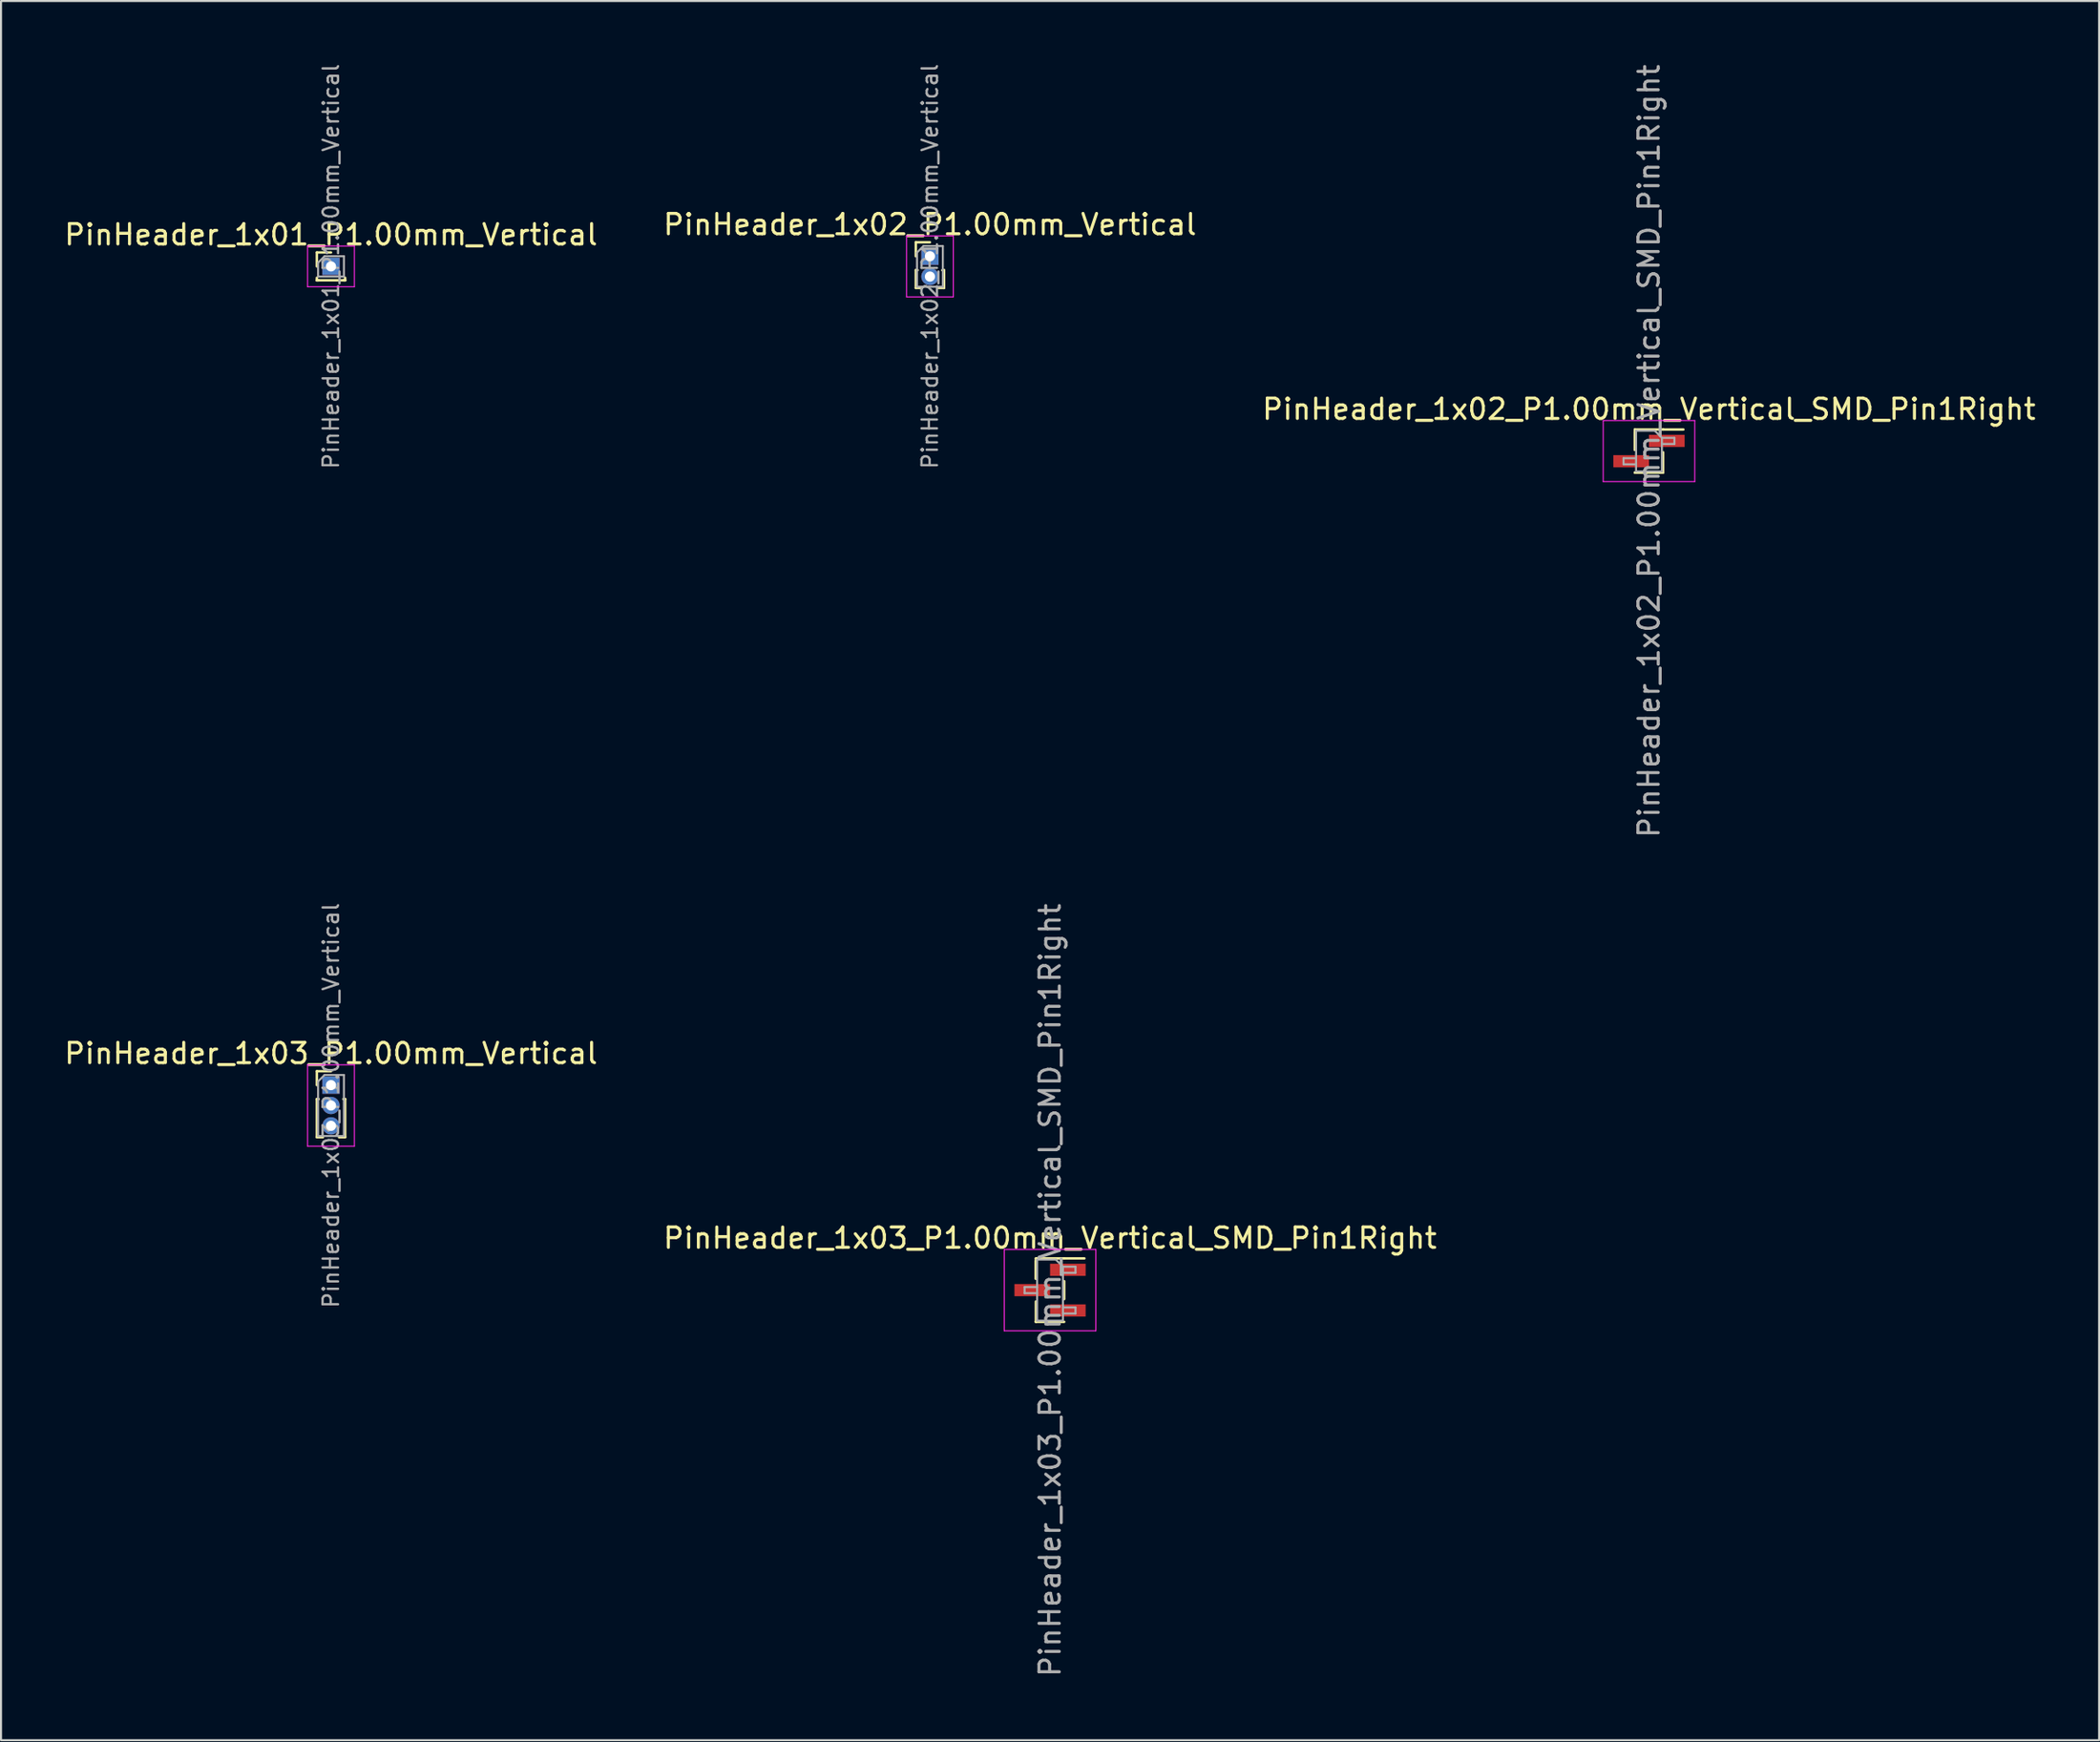
<source format=kicad_pcb>
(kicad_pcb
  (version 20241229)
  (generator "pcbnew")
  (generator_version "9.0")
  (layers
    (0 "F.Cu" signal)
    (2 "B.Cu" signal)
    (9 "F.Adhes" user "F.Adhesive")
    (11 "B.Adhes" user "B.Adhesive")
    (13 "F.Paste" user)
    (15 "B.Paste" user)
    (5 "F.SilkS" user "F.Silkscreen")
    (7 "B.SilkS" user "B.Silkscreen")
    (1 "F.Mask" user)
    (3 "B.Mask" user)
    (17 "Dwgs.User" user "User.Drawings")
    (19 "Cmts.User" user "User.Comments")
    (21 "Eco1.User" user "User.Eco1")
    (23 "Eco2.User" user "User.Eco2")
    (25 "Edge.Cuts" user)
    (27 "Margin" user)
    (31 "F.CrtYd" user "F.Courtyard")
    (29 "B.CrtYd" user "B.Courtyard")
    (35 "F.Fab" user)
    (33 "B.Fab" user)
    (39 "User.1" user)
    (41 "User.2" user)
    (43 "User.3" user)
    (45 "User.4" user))
  (footprint "PinHeader_1x01_P1.00mm_Vertical"
    (layer "F.Cu")
    (at 13.22 10.047)
    (property "Reference" "PinHeader_1x01_P1.00mm_Vertical" (at 0 -1.56 0) (layer "F.SilkS") (effects (font (size 1 1) (thickness 0.15))))
    (attr through_hole)
    (fp_line (start -0.695 -0.685) (end 0 -0.685) (stroke (width 0.12) (type solid)) (layer "F.SilkS"))
    (fp_line (start -0.695 0) (end -0.695 -0.685) (stroke (width 0.12) (type solid)) (layer "F.SilkS"))
    (fp_line (start -0.695 0.685) (end -0.695 0.56) (stroke (width 0.12) (type solid)) (layer "F.SilkS"))
    (fp_line (start -0.695 0.685) (end -0.608 0.685) (stroke (width 0.12) (type solid)) (layer "F.SilkS"))
    (fp_line (start -0.695 0.685) (end 0.695 0.685) (stroke (width 0.12) (type solid)) (layer "F.SilkS"))
    (fp_line (start 0.608 0.685) (end 0.695 0.685) (stroke (width 0.12) (type solid)) (layer "F.SilkS"))
    (fp_line (start 0.695 0.685) (end 0.695 0.56) (stroke (width 0.12) (type solid)) (layer "F.SilkS"))
    (fp_line (start -1.15 -1) (end -1.15 1) (stroke (width 0.05) (type solid)) (layer "F.CrtYd"))
    (fp_line (start -1.15 1) (end 1.15 1) (stroke (width 0.05) (type solid)) (layer "F.CrtYd"))
    (fp_line (start 1.15 -1) (end -1.15 -1) (stroke (width 0.05) (type solid)) (layer "F.CrtYd"))
    (fp_line (start 1.15 1) (end 1.15 -1) (stroke (width 0.05) (type solid)) (layer "F.CrtYd"))
    (fp_line (start -0.635 -0.182) (end -0.318 -0.5) (stroke (width 0.1) (type solid)) (layer "F.Fab"))
    (fp_line (start -0.635 0.5) (end -0.635 -0.182) (stroke (width 0.1) (type solid)) (layer "F.Fab"))
    (fp_line (start -0.318 -0.5) (end 0.635 -0.5) (stroke (width 0.1) (type solid)) (layer "F.Fab"))
    (fp_line (start 0.635 -0.5) (end 0.635 0.5) (stroke (width 0.1) (type solid)) (layer "F.Fab"))
    (fp_line (start 0.635 0.5) (end -0.635 0.5) (stroke (width 0.1) (type solid)) (layer "F.Fab"))
    (fp_text user "${REFERENCE}" (at 0 0 90) (layer "F.Fab") (effects (font (size 0.76 0.76) (thickness 0.114))))
    (pad "1" thru_hole rect (at 0 0) (size 0.85 0.85) (drill 0.5) (layers "*.Cu" "*.Mask")))
  (footprint "PinHeader_1x02_P1.00mm_Vertical_SMD_Pin1Right"
    (layer "F.Cu")
    (at 78.006 19.125)
    (property "Reference" "PinHeader_1x02_P1.00mm_Vertical_SMD_Pin1Right" (at 0 -2.06 0) (layer "F.SilkS") (effects (font (size 1 1) (thickness 0.15))))
    (attr smd)
    (fp_line (start -0.695 -1.06) (end -0.695 -0.06) (stroke (width 0.12) (type solid)) (layer "F.SilkS"))
    (fp_line (start -0.695 -1.06) (end 0.695 -1.06) (stroke (width 0.12) (type solid)) (layer "F.SilkS"))
    (fp_line (start -0.695 -0.94) (end -0.695 -0.06) (stroke (width 0.12) (type solid)) (layer "F.SilkS"))
    (fp_line (start -0.695 1.06) (end -0.695 1.06) (stroke (width 0.12) (type solid)) (layer "F.SilkS"))
    (fp_line (start -0.695 1.06) (end 0.695 1.06) (stroke (width 0.12) (type solid)) (layer "F.SilkS"))
    (fp_line (start 0.695 -1.06) (end 0.695 -1.06) (stroke (width 0.12) (type solid)) (layer "F.SilkS"))
    (fp_line (start 0.695 -1.06) (end 1.69 -1.06) (stroke (width 0.12) (type solid)) (layer "F.SilkS"))
    (fp_line (start 0.695 0.06) (end 0.695 1.06) (stroke (width 0.12) (type solid)) (layer "F.SilkS"))
    (fp_line (start -2.25 -1.5) (end -2.25 1.5) (stroke (width 0.05) (type solid)) (layer "F.CrtYd"))
    (fp_line (start -2.25 1.5) (end 2.25 1.5) (stroke (width 0.05) (type solid)) (layer "F.CrtYd"))
    (fp_line (start 2.25 -1.5) (end -2.25 -1.5) (stroke (width 0.05) (type solid)) (layer "F.CrtYd"))
    (fp_line (start 2.25 1.5) (end 2.25 -1.5) (stroke (width 0.05) (type solid)) (layer "F.CrtYd"))
    (fp_line (start -1.25 0.35) (end -1.25 0.65) (stroke (width 0.1) (type solid)) (layer "F.Fab"))
    (fp_line (start -1.25 0.65) (end -0.635 0.65) (stroke (width 0.1) (type solid)) (layer "F.Fab"))
    (fp_line (start -0.635 -1) (end -0.635 1) (stroke (width 0.1) (type solid)) (layer "F.Fab"))
    (fp_line (start -0.635 -1) (end 0.285 -1) (stroke (width 0.1) (type solid)) (layer "F.Fab"))
    (fp_line (start -0.635 0.35) (end -1.25 0.35) (stroke (width 0.1) (type solid)) (layer "F.Fab"))
    (fp_line (start 0.635 -0.65) (end 0.285 -1) (stroke (width 0.1) (type solid)) (layer "F.Fab"))
    (fp_line (start 0.635 -0.65) (end 1.25 -0.65) (stroke (width 0.1) (type solid)) (layer "F.Fab"))
    (fp_line (start 0.635 1) (end -0.635 1) (stroke (width 0.1) (type solid)) (layer "F.Fab"))
    (fp_line (start 0.635 1) (end 0.635 -0.65) (stroke (width 0.1) (type solid)) (layer "F.Fab"))
    (fp_line (start 1.25 -0.65) (end 1.25 -0.35) (stroke (width 0.1) (type solid)) (layer "F.Fab"))
    (fp_line (start 1.25 -0.35) (end 0.635 -0.35) (stroke (width 0.1) (type solid)) (layer "F.Fab"))
    (fp_text user "${REFERENCE}" (at 0 0 90) (layer "F.Fab") (effects (font (size 1 1) (thickness 0.15))))
    (pad "1" smd rect (at 0.875 -0.5) (size 1.75 0.6) (layers "F.Cu" "F.Mask" "F.Paste"))
    (pad "2" smd rect (at -0.875 0.5) (size 1.75 0.6) (layers "F.Cu" "F.Mask" "F.Paste")))
  (footprint "PinHeader_1x03_P1.00mm_Vertical_SMD_Pin1Right"
    (layer "F.Cu")
    (at 48.565 60.375)
    (property "Reference" "PinHeader_1x03_P1.00mm_Vertical_SMD_Pin1Right" (at 0 -2.56 0) (layer "F.SilkS") (effects (font (size 1 1) (thickness 0.15))))
    (attr smd)
    (fp_line (start -0.695 -1.56) (end -0.695 -0.56) (stroke (width 0.12) (type solid)) (layer "F.SilkS"))
    (fp_line (start -0.695 -1.56) (end 0.695 -1.56) (stroke (width 0.12) (type solid)) (layer "F.SilkS"))
    (fp_line (start -0.695 -1.44) (end -0.695 -0.56) (stroke (width 0.12) (type solid)) (layer "F.SilkS"))
    (fp_line (start -0.695 0.56) (end -0.695 1.56) (stroke (width 0.12) (type solid)) (layer "F.SilkS"))
    (fp_line (start -0.695 1.56) (end -0.695 1.56) (stroke (width 0.12) (type solid)) (layer "F.SilkS"))
    (fp_line (start -0.695 1.56) (end 0.695 1.56) (stroke (width 0.12) (type solid)) (layer "F.SilkS"))
    (fp_line (start 0.695 -1.56) (end 0.695 -1.56) (stroke (width 0.12) (type solid)) (layer "F.SilkS"))
    (fp_line (start 0.695 -1.56) (end 1.69 -1.56) (stroke (width 0.12) (type solid)) (layer "F.SilkS"))
    (fp_line (start 0.695 -0.44) (end 0.695 0.44) (stroke (width 0.12) (type solid)) (layer "F.SilkS"))
    (fp_line (start -2.25 -2) (end -2.25 2) (stroke (width 0.05) (type solid)) (layer "F.CrtYd"))
    (fp_line (start -2.25 2) (end 2.25 2) (stroke (width 0.05) (type solid)) (layer "F.CrtYd"))
    (fp_line (start 2.25 -2) (end -2.25 -2) (stroke (width 0.05) (type solid)) (layer "F.CrtYd"))
    (fp_line (start 2.25 2) (end 2.25 -2) (stroke (width 0.05) (type solid)) (layer "F.CrtYd"))
    (fp_line (start -1.25 -0.15) (end -1.25 0.15) (stroke (width 0.1) (type solid)) (layer "F.Fab"))
    (fp_line (start -1.25 0.15) (end -0.635 0.15) (stroke (width 0.1) (type solid)) (layer "F.Fab"))
    (fp_line (start -0.635 -1.5) (end -0.635 1.5) (stroke (width 0.1) (type solid)) (layer "F.Fab"))
    (fp_line (start -0.635 -1.5) (end 0.285 -1.5) (stroke (width 0.1) (type solid)) (layer "F.Fab"))
    (fp_line (start -0.635 -0.15) (end -1.25 -0.15) (stroke (width 0.1) (type solid)) (layer "F.Fab"))
    (fp_line (start 0.635 -1.15) (end 0.285 -1.5) (stroke (width 0.1) (type solid)) (layer "F.Fab"))
    (fp_line (start 0.635 -1.15) (end 1.25 -1.15) (stroke (width 0.1) (type solid)) (layer "F.Fab"))
    (fp_line (start 0.635 0.85) (end 1.25 0.85) (stroke (width 0.1) (type solid)) (layer "F.Fab"))
    (fp_line (start 0.635 1.5) (end -0.635 1.5) (stroke (width 0.1) (type solid)) (layer "F.Fab"))
    (fp_line (start 0.635 1.5) (end 0.635 -1.15) (stroke (width 0.1) (type solid)) (layer "F.Fab"))
    (fp_line (start 1.25 -1.15) (end 1.25 -0.85) (stroke (width 0.1) (type solid)) (layer "F.Fab"))
    (fp_line (start 1.25 -0.85) (end 0.635 -0.85) (stroke (width 0.1) (type solid)) (layer "F.Fab"))
    (fp_line (start 1.25 0.85) (end 1.25 1.15) (stroke (width 0.1) (type solid)) (layer "F.Fab"))
    (fp_line (start 1.25 1.15) (end 0.635 1.15) (stroke (width 0.1) (type solid)) (layer "F.Fab"))
    (fp_text user "${REFERENCE}" (at 0 0 90) (layer "F.Fab") (effects (font (size 1 1) (thickness 0.15))))
    (pad "1" smd rect (at 0.875 -1) (size 1.75 0.6) (layers "F.Cu" "F.Mask" "F.Paste"))
    (pad "2" smd rect (at -0.875 0) (size 1.75 0.6) (layers "F.Cu" "F.Mask" "F.Paste"))
    (pad "3" smd rect (at 0.875 1) (size 1.75 0.6) (layers "F.Cu" "F.Mask" "F.Paste")))
  (footprint "PinHeader_1x03_P1.00mm_Vertical"
    (layer "F.Cu")
    (at 13.22 50.297)
    (property "Reference" "PinHeader_1x03_P1.00mm_Vertical" (at 0 -1.56 0) (layer "F.SilkS") (effects (font (size 1 1) (thickness 0.15))))
    (attr through_hole)
    (fp_line (start -0.695 -0.685) (end 0 -0.685) (stroke (width 0.12) (type solid)) (layer "F.SilkS"))
    (fp_line (start -0.695 0) (end -0.695 -0.685) (stroke (width 0.12) (type solid)) (layer "F.SilkS"))
    (fp_line (start -0.695 0.685) (end -0.695 2.56) (stroke (width 0.12) (type solid)) (layer "F.SilkS"))
    (fp_line (start -0.695 0.685) (end -0.608 0.685) (stroke (width 0.12) (type solid)) (layer "F.SilkS"))
    (fp_line (start -0.695 2.56) (end -0.394 2.56) (stroke (width 0.12) (type solid)) (layer "F.SilkS"))
    (fp_line (start 0.394 2.56) (end 0.695 2.56) (stroke (width 0.12) (type solid)) (layer "F.SilkS"))
    (fp_line (start 0.608 0.685) (end 0.695 0.685) (stroke (width 0.12) (type solid)) (layer "F.SilkS"))
    (fp_line (start 0.695 0.685) (end 0.695 2.56) (stroke (width 0.12) (type solid)) (layer "F.SilkS"))
    (fp_line (start -1.15 -1) (end -1.15 3) (stroke (width 0.05) (type solid)) (layer "F.CrtYd"))
    (fp_line (start -1.15 3) (end 1.15 3) (stroke (width 0.05) (type solid)) (layer "F.CrtYd"))
    (fp_line (start 1.15 -1) (end -1.15 -1) (stroke (width 0.05) (type solid)) (layer "F.CrtYd"))
    (fp_line (start 1.15 3) (end 1.15 -1) (stroke (width 0.05) (type solid)) (layer "F.CrtYd"))
    (fp_line (start -0.635 -0.182) (end -0.318 -0.5) (stroke (width 0.1) (type solid)) (layer "F.Fab"))
    (fp_line (start -0.635 2.5) (end -0.635 -0.182) (stroke (width 0.1) (type solid)) (layer "F.Fab"))
    (fp_line (start -0.318 -0.5) (end 0.635 -0.5) (stroke (width 0.1) (type solid)) (layer "F.Fab"))
    (fp_line (start 0.635 -0.5) (end 0.635 2.5) (stroke (width 0.1) (type solid)) (layer "F.Fab"))
    (fp_line (start 0.635 2.5) (end -0.635 2.5) (stroke (width 0.1) (type solid)) (layer "F.Fab"))
    (fp_text user "${REFERENCE}" (at 0 1 90) (layer "F.Fab") (effects (font (size 0.76 0.76) (thickness 0.114))))
    (pad "1" thru_hole rect (at 0 0) (size 0.85 0.85) (drill 0.5) (layers "*.Cu" "*.Mask"))
    (pad "2" thru_hole oval (at 0 1) (size 0.85 0.85) (drill 0.5) (layers "*.Cu" "*.Mask"))
    (pad "3" thru_hole oval (at 0 2) (size 0.85 0.85) (drill 0.5) (layers "*.Cu" "*.Mask")))
  (footprint "PinHeader_1x02_P1.00mm_Vertical"
    (layer "F.Cu")
    (at 42.661 9.547)
    (property "Reference" "PinHeader_1x02_P1.00mm_Vertical" (at 0 -1.56 0) (layer "F.SilkS") (effects (font (size 1 1) (thickness 0.15))))
    (attr through_hole)
    (fp_line (start -0.695 -0.685) (end 0 -0.685) (stroke (width 0.12) (type solid)) (layer "F.SilkS"))
    (fp_line (start -0.695 0) (end -0.695 -0.685) (stroke (width 0.12) (type solid)) (layer "F.SilkS"))
    (fp_line (start -0.695 0.685) (end -0.695 1.56) (stroke (width 0.12) (type solid)) (layer "F.SilkS"))
    (fp_line (start -0.695 0.685) (end -0.608 0.685) (stroke (width 0.12) (type solid)) (layer "F.SilkS"))
    (fp_line (start -0.695 1.56) (end -0.394 1.56) (stroke (width 0.12) (type solid)) (layer "F.SilkS"))
    (fp_line (start 0.394 1.56) (end 0.695 1.56) (stroke (width 0.12) (type solid)) (layer "F.SilkS"))
    (fp_line (start 0.608 0.685) (end 0.695 0.685) (stroke (width 0.12) (type solid)) (layer "F.SilkS"))
    (fp_line (start 0.695 0.685) (end 0.695 1.56) (stroke (width 0.12) (type solid)) (layer "F.SilkS"))
    (fp_line (start -1.15 -1) (end -1.15 2) (stroke (width 0.05) (type solid)) (layer "F.CrtYd"))
    (fp_line (start -1.15 2) (end 1.15 2) (stroke (width 0.05) (type solid)) (layer "F.CrtYd"))
    (fp_line (start 1.15 -1) (end -1.15 -1) (stroke (width 0.05) (type solid)) (layer "F.CrtYd"))
    (fp_line (start 1.15 2) (end 1.15 -1) (stroke (width 0.05) (type solid)) (layer "F.CrtYd"))
    (fp_line (start -0.635 -0.182) (end -0.318 -0.5) (stroke (width 0.1) (type solid)) (layer "F.Fab"))
    (fp_line (start -0.635 1.5) (end -0.635 -0.182) (stroke (width 0.1) (type solid)) (layer "F.Fab"))
    (fp_line (start -0.318 -0.5) (end 0.635 -0.5) (stroke (width 0.1) (type solid)) (layer "F.Fab"))
    (fp_line (start 0.635 -0.5) (end 0.635 1.5) (stroke (width 0.1) (type solid)) (layer "F.Fab"))
    (fp_line (start 0.635 1.5) (end -0.635 1.5) (stroke (width 0.1) (type solid)) (layer "F.Fab"))
    (fp_text user "${REFERENCE}" (at 0 0.5 90) (layer "F.Fab") (effects (font (size 0.76 0.76) (thickness 0.114))))
    (pad "1" thru_hole rect (at 0 0) (size 0.85 0.85) (drill 0.5) (layers "*.Cu" "*.Mask"))
    (pad "2" thru_hole oval (at 0 1) (size 0.85 0.85) (drill 0.5) (layers "*.Cu" "*.Mask")))
  (gr_rect
    (start -3 -3)
    (end 100.131 82.5)
    (stroke (width 0.1) (type default))
    (fill no)
    (layer "Edge.Cuts")))
</source>
